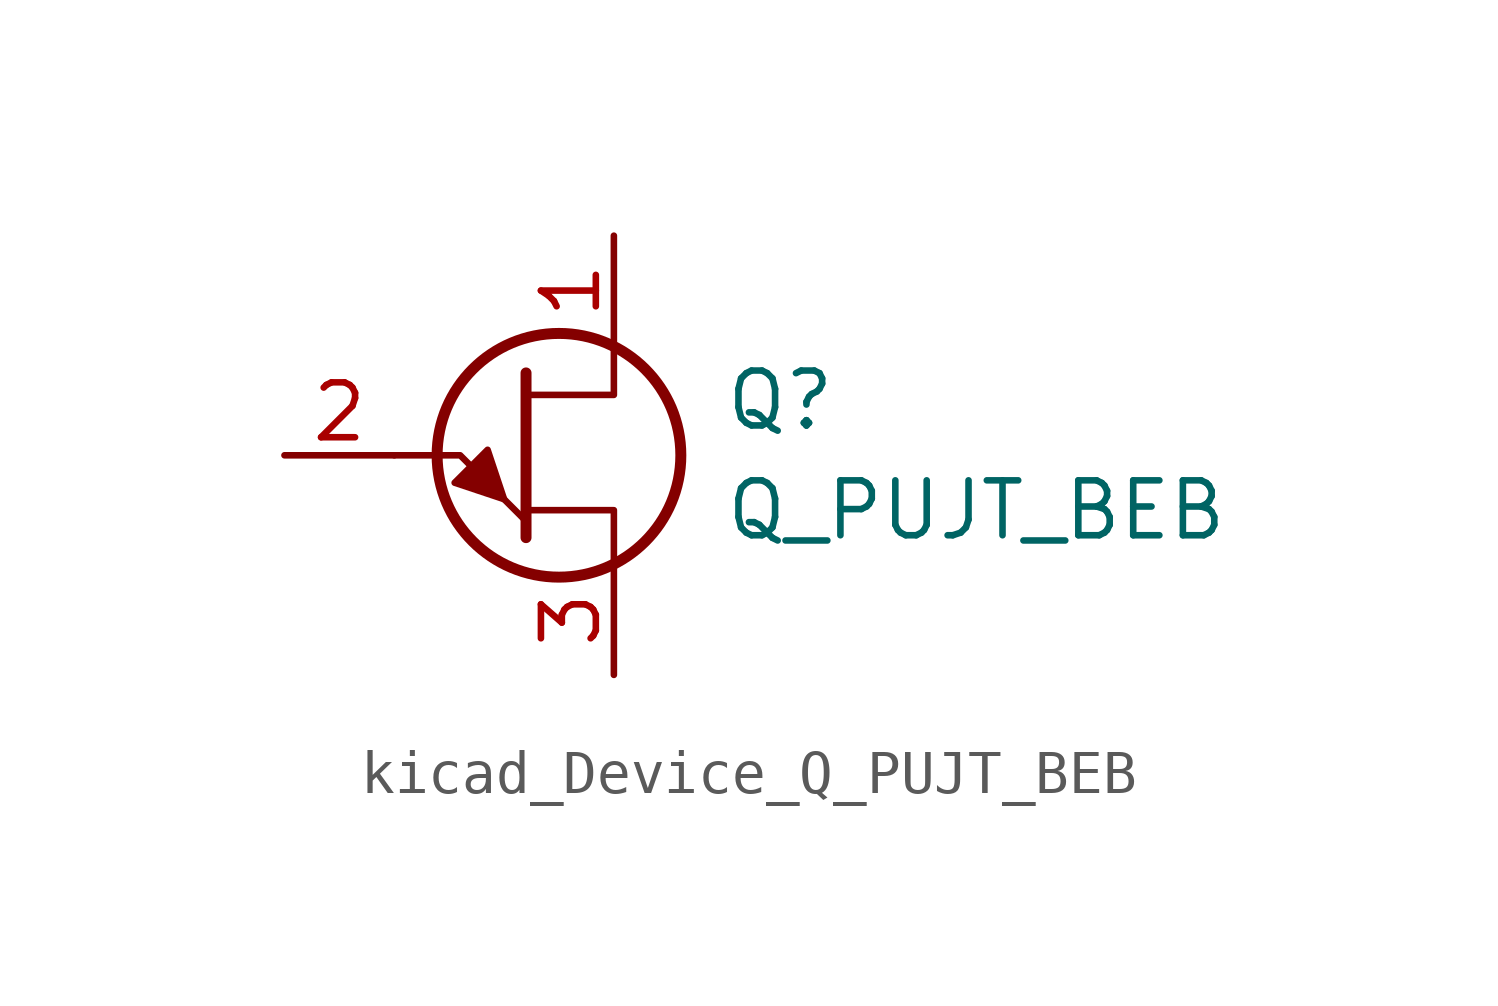
<source format=kicad_sym>
(kicad_symbol_lib
  (version 20220914)
  (generator kicad_symbol_editor)
  (symbol "kicad_Device_Q_PUJT_BEB"
    (pin_names
      (offset 0) hide)
    (property "Reference" "Q"
      (at 5.08 1.27 0)
      (effects (font (size 1.27 1.27)) (justify left)))
    (property "Value" "Q_PUJT_BEB"
      (at 5.08 -1.27 0)
      (effects (font (size 1.27 1.27)) (justify left)))
    (symbol "kicad_Device_Q_PUJT_BEB_0_1"
      (polyline (pts (xy -2.54 0) (xy -1.016 0) (xy 0.508 -1.524)) (stroke (width 0) (type default)) (fill (type none)))
      (polyline (pts (xy 0.508 1.905) (xy 0.508 -1.905) (xy 0.508 -1.905)) (stroke (width 0.254) (type default)) (fill (type none)))
      (polyline (pts (xy 2.54 -2.54) (xy 2.54 -1.27) (xy 0.508 -1.27)) (stroke (width 0) (type default)) (fill (type none)))
      (polyline (pts (xy 2.54 2.54) (xy 2.54 1.397) (xy 0.508 1.397)) (stroke (width 0) (type default)) (fill (type none)))
      (polyline (pts (xy 0 -1.016) (xy -0.381 0.127) (xy -1.143 -0.635) (xy 0 -1.016)) (stroke (width 0) (type default)) (fill (type outline)))
      (circle (center 1.27 0) (radius 2.819) (stroke (width 0.254) (type default)) (fill (type none))))
    (symbol "kicad_Device_Q_PUJT_BEB_1_1"
      (pin passive line (at 2.54 5.08 270) (length 2.54) (name "B2" (effects (font (size 1.27 1.27)))) (number "1" (effects (font (size 1.27 1.27)))))
      (pin input line (at -5.08 0 0) (length 2.54) (name "E" (effects (font (size 1.27 1.27)))) (number "2" (effects (font (size 1.27 1.27)))))
      (pin passive line (at 2.54 -5.08 90) (length 2.54) (name "B1" (effects (font (size 1.27 1.27)))) (number "3" (effects (font (size 1.27 1.27))))))))
</source>
